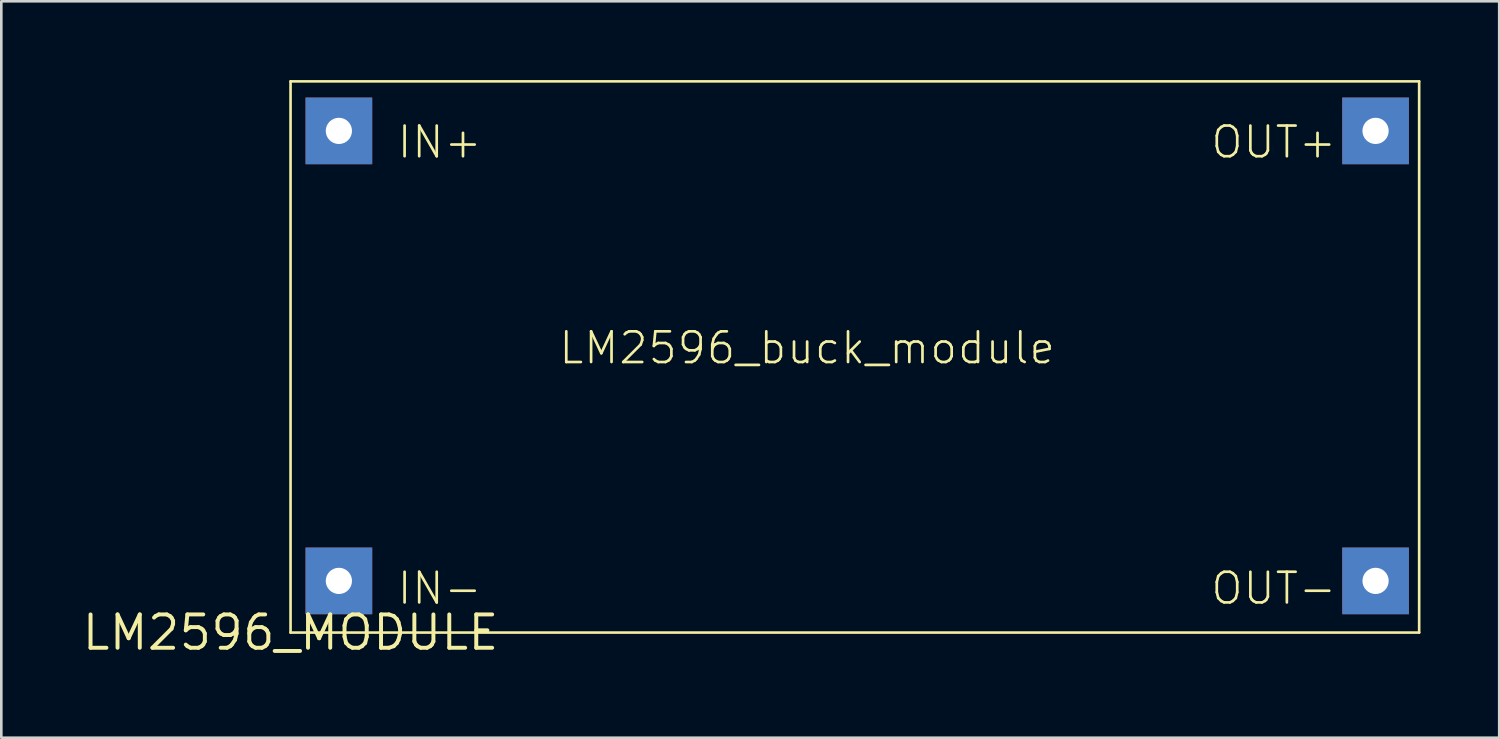
<source format=kicad_pcb>
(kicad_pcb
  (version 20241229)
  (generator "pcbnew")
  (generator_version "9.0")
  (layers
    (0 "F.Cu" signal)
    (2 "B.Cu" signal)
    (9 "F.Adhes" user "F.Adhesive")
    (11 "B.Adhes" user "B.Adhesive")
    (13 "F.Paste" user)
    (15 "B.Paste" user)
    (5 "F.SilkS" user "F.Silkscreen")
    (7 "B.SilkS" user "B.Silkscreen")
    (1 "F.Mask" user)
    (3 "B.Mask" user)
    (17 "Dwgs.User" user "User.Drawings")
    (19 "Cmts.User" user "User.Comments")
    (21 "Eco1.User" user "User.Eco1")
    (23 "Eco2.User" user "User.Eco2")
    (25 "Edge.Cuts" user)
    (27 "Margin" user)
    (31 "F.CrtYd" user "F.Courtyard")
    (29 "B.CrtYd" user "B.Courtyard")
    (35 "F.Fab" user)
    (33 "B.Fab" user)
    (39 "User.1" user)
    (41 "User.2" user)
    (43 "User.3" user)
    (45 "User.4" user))
  (footprint "LM2596_MODULE"
    (layer "F.Cu")
    (at 8.02 21.05)
    (property "Reference" "LM2596_MODULE" (at 0 0 0) (layer "F.SilkS") (effects (font (size 1.27 1.27) (thickness 0.15))))
    (fp_line (start 0 -21) (end 43 -21) (stroke (width 0.1) (type solid)) (layer "F.SilkS"))
    (fp_line (start 0 0) (end 0 -21) (stroke (width 0.1) (type solid)) (layer "F.SilkS"))
    (fp_line (start 43 -21) (end 43 0) (stroke (width 0.1) (type solid)) (layer "F.SilkS"))
    (fp_line (start 43 0) (end 0 0) (stroke (width 0.1) (type solid)) (layer "F.SilkS"))
    (fp_text user "IN+" (at 4 -18 0) (unlocked yes) (layer "F.SilkS") (effects (font (size 1.168 1.168) (thickness 0.102)) (justify left bottom)))
    (fp_text user "OUT-" (at 35 -1 0) (unlocked yes) (layer "F.SilkS") (effects (font (size 1.168 1.168) (thickness 0.102)) (justify left bottom)))
    (fp_text user "IN-" (at 4 -1 0) (unlocked yes) (layer "F.SilkS") (effects (font (size 1.168 1.168) (thickness 0.102)) (justify left bottom)))
    (fp_text user "OUT+" (at 35 -18 0) (unlocked yes) (layer "F.SilkS") (effects (font (size 1.168 1.168) (thickness 0.102)) (justify left bottom)))
    (fp_text user "LM2596_buck_module" (at 10.16 -10.16 0) (unlocked yes) (layer "F.SilkS") (effects (font (size 1.168 1.168) (thickness 0.102)) (justify left bottom)))
    (pad "IN+" thru_hole rect (at 1.841 -19.113) (size 2.54 2.54) (drill 1) (layers "*.Cu" "*.Mask"))
    (pad "IN-" thru_hole rect (at 1.841 -1.968) (size 2.54 2.54) (drill 1) (layers "*.Cu" "*.Mask"))
    (pad "OUT+" thru_hole rect (at 41.339 -19.113) (size 2.54 2.54) (drill 1) (layers "*.Cu" "*.Mask"))
    (pad "OUT-" thru_hole rect (at 41.339 -1.968) (size 2.54 2.54) (drill 1) (layers "*.Cu" "*.Mask")))
  (gr_rect
    (start -3 -3)
    (end 54.07 25.056)
    (stroke (width 0.1) (type default))
    (fill no)
    (layer "Edge.Cuts")))
</source>
